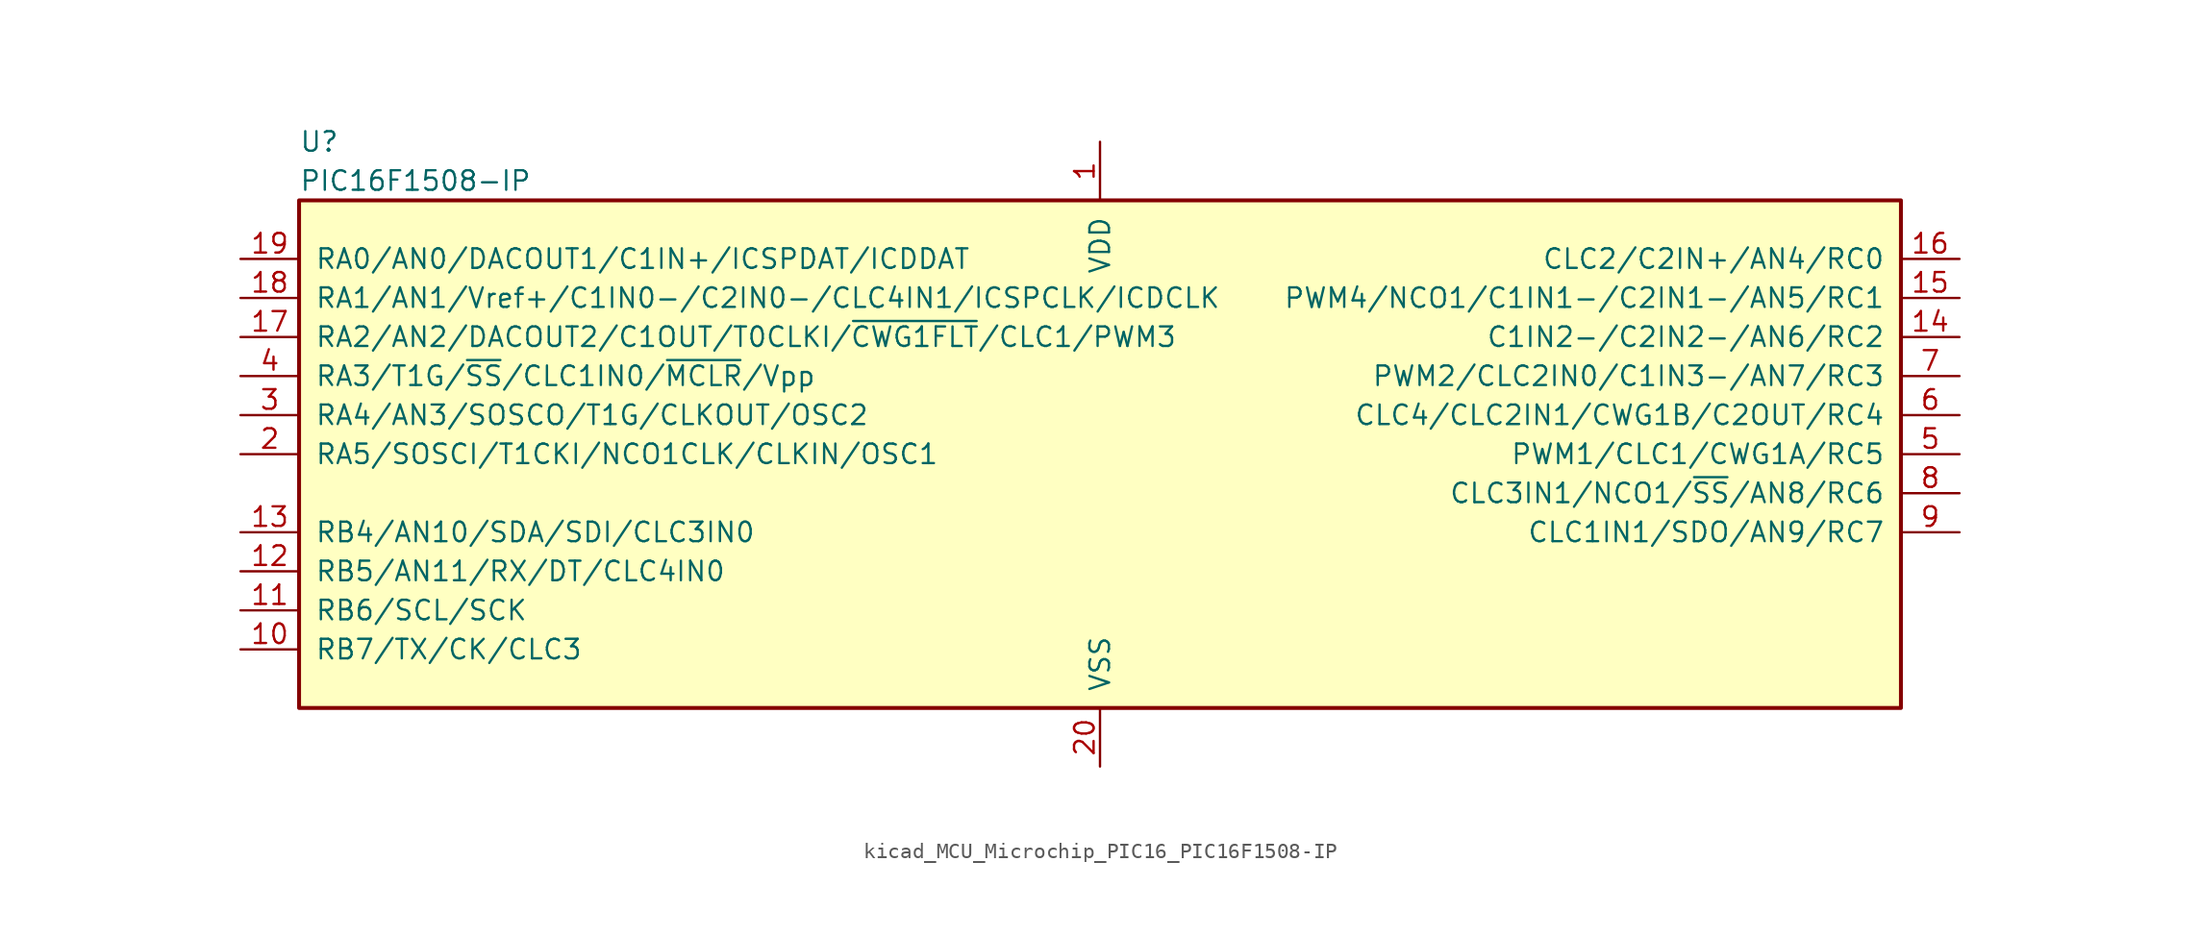
<source format=kicad_sym>
(kicad_symbol_lib
  (version 20220914)
  (generator kicad_symbol_editor)
  (symbol "kicad_MCU_Microchip_PIC16_PIC16F1508-IP"
    (pin_names
      (offset 1.016))
    (property "Reference" "U"
      (at -52.07 20.32 0)
      (effects (font (size 1.27 1.27)) (justify left)))
    (property "Value" "PIC16F1508-IP"
      (at -52.07 17.78 0)
      (effects (font (size 1.27 1.27)) (justify left)))
    (symbol "kicad_MCU_Microchip_PIC16_PIC16F1508-IP_0_1"
      (rectangle (start -52.07 16.51) (end 52.07 -16.51) (stroke (width 0.254) (type default)) (fill (type background))))
    (symbol "kicad_MCU_Microchip_PIC16_PIC16F1508-IP_1_1"
      (pin power_in line (at 0 20.32 270) (length 3.81) (name "VDD" (effects (font (size 1.27 1.27)))) (number "1" (effects (font (size 1.27 1.27)))))
      (pin bidirectional line (at -55.88 -12.7 0) (length 3.81) (name "RB7/TX/CK/CLC3" (effects (font (size 1.27 1.27)))) (number "10" (effects (font (size 1.27 1.27)))))
      (pin bidirectional line (at -55.88 -10.16 0) (length 3.81) (name "RB6/SCL/SCK" (effects (font (size 1.27 1.27)))) (number "11" (effects (font (size 1.27 1.27)))))
      (pin bidirectional line (at -55.88 -7.62 0) (length 3.81) (name "RB5/AN11/RX/DT/CLC4IN0" (effects (font (size 1.27 1.27)))) (number "12" (effects (font (size 1.27 1.27)))))
      (pin bidirectional line (at -55.88 -5.08 0) (length 3.81) (name "RB4/AN10/SDA/SDI/CLC3IN0" (effects (font (size 1.27 1.27)))) (number "13" (effects (font (size 1.27 1.27)))))
      (pin bidirectional line (at 55.88 7.62 180) (length 3.81) (name "C1IN2-/C2IN2-/AN6/RC2" (effects (font (size 1.27 1.27)))) (number "14" (effects (font (size 1.27 1.27)))))
      (pin bidirectional line (at 55.88 10.16 180) (length 3.81) (name "PWM4/NCO1/C1IN1-/C2IN1-/AN5/RC1" (effects (font (size 1.27 1.27)))) (number "15" (effects (font (size 1.27 1.27)))))
      (pin bidirectional line (at 55.88 12.7 180) (length 3.81) (name "CLC2/C2IN+/AN4/RC0" (effects (font (size 1.27 1.27)))) (number "16" (effects (font (size 1.27 1.27)))))
      (pin bidirectional line (at -55.88 7.62 0) (length 3.81) (name "RA2/AN2/DACOUT2/C1OUT/T0CLKI/~{CWG1FLT}/CLC1/PWM3" (effects (font (size 1.27 1.27)))) (number "17" (effects (font (size 1.27 1.27)))))
      (pin bidirectional line (at -55.88 10.16 0) (length 3.81) (name "RA1/AN1/Vref+/C1IN0-/C2IN0-/CLC4IN1/ICSPCLK/ICDCLK" (effects (font (size 1.27 1.27)))) (number "18" (effects (font (size 1.27 1.27)))))
      (pin bidirectional line (at -55.88 12.7 0) (length 3.81) (name "RA0/AN0/DACOUT1/C1IN+/ICSPDAT/ICDDAT" (effects (font (size 1.27 1.27)))) (number "19" (effects (font (size 1.27 1.27)))))
      (pin bidirectional line (at -55.88 0 0) (length 3.81) (name "RA5/SOSCI/T1CKI/NCO1CLK/CLKIN/OSC1" (effects (font (size 1.27 1.27)))) (number "2" (effects (font (size 1.27 1.27)))))
      (pin power_in line (at 0 -20.32 90) (length 3.81) (name "VSS" (effects (font (size 1.27 1.27)))) (number "20" (effects (font (size 1.27 1.27)))))
      (pin bidirectional line (at -55.88 2.54 0) (length 3.81) (name "RA4/AN3/SOSCO/T1G/CLKOUT/OSC2" (effects (font (size 1.27 1.27)))) (number "3" (effects (font (size 1.27 1.27)))))
      (pin input line (at -55.88 5.08 0) (length 3.81) (name "RA3/T1G/~{SS}/CLC1IN0/~{MCLR}/Vpp" (effects (font (size 1.27 1.27)))) (number "4" (effects (font (size 1.27 1.27)))))
      (pin bidirectional line (at 55.88 0 180) (length 3.81) (name "PWM1/CLC1/CWG1A/RC5" (effects (font (size 1.27 1.27)))) (number "5" (effects (font (size 1.27 1.27)))))
      (pin bidirectional line (at 55.88 2.54 180) (length 3.81) (name "CLC4/CLC2IN1/CWG1B/C2OUT/RC4" (effects (font (size 1.27 1.27)))) (number "6" (effects (font (size 1.27 1.27)))))
      (pin bidirectional line (at 55.88 5.08 180) (length 3.81) (name "PWM2/CLC2IN0/C1IN3-/AN7/RC3" (effects (font (size 1.27 1.27)))) (number "7" (effects (font (size 1.27 1.27)))))
      (pin bidirectional line (at 55.88 -2.54 180) (length 3.81) (name "CLC3IN1/NCO1/~{SS}/AN8/RC6" (effects (font (size 1.27 1.27)))) (number "8" (effects (font (size 1.27 1.27)))))
      (pin bidirectional line (at 55.88 -5.08 180) (length 3.81) (name "CLC1IN1/SDO/AN9/RC7" (effects (font (size 1.27 1.27)))) (number "9" (effects (font (size 1.27 1.27))))))))
</source>
